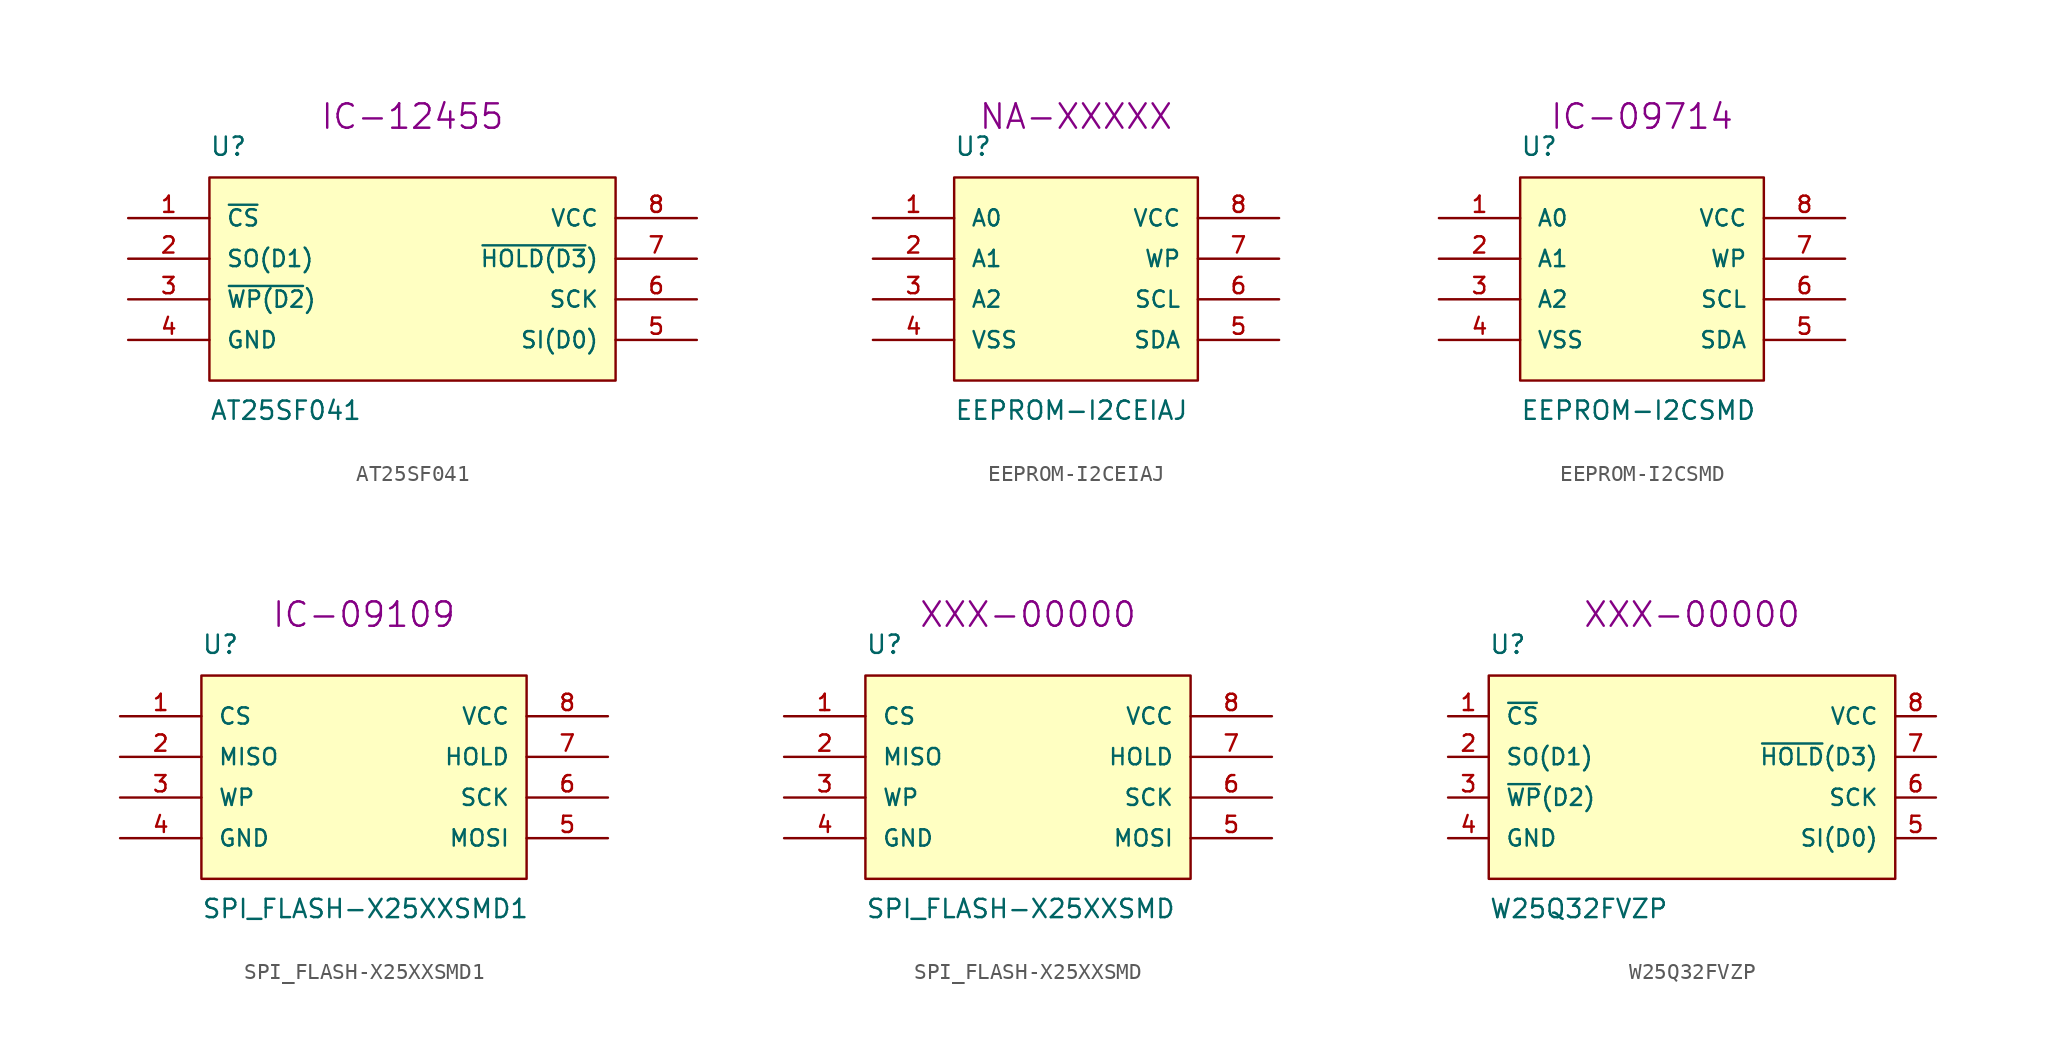
<source format=kicad_sym>
(kicad_symbol_lib
  (version 20220914)
  (generator kicad_symbol_editor)
  (symbol "AT25SF041"
    (pin_names
      (offset 1.016))
    (property "Reference" "U"
      (at -12.7 7.62 0)
      (effects (font (size 1.143 1.143)) (justify left bottom)))
    (property "Value" "AT25SF041"
      (at -12.7 -8.89 0)
      (effects (font (size 1.143 1.143)) (justify left bottom)))
    (property "Field4" "IC-12455"
      (at 0 10.16 0)
      (effects (font (size 1.524 1.524))))
    (property "ki_locked" ""
      (at 0 0 0)
      (effects (font (size 1.27 1.27))))
    (symbol "AT25SF041_1_1"
      (polyline (pts (xy -12.7 -6.35) (xy -12.7 6.35) (xy 12.7 6.35) (xy 12.7 -6.35) (xy -12.7 -6.35)) (stroke (width 0) (type solid)) (fill (type background)))
      (pin bidirectional line (at -17.78 3.81 0) (length 5.08) (name "~{CS}" (effects (font (size 1.016 1.016)))) (number "1" (effects (font (size 1.016 1.016)))))
      (pin bidirectional line (at -17.78 1.27 0) (length 5.08) (name "SO(D1)" (effects (font (size 1.016 1.016)))) (number "2" (effects (font (size 1.016 1.016)))))
      (pin bidirectional line (at -17.78 -1.27 0) (length 5.08) (name "~{WP(D2})" (effects (font (size 1.016 1.016)))) (number "3" (effects (font (size 1.016 1.016)))))
      (pin bidirectional line (at -17.78 -3.81 0) (length 5.08) (name "GND" (effects (font (size 1.016 1.016)))) (number "4" (effects (font (size 1.016 1.016)))))
      (pin bidirectional line (at 17.78 -3.81 180) (length 5.08) (name "SI(D0)" (effects (font (size 1.016 1.016)))) (number "5" (effects (font (size 1.016 1.016)))))
      (pin bidirectional line (at 17.78 -1.27 180) (length 5.08) (name "SCK" (effects (font (size 1.016 1.016)))) (number "6" (effects (font (size 1.016 1.016)))))
      (pin bidirectional line (at 17.78 1.27 180) (length 5.08) (name "~{HOLD(D3})" (effects (font (size 1.016 1.016)))) (number "7" (effects (font (size 1.016 1.016)))))
      (pin bidirectional line (at 17.78 3.81 180) (length 5.08) (name "VCC" (effects (font (size 1.016 1.016)))) (number "8" (effects (font (size 1.016 1.016)))))))
  (symbol "EEPROM-I2CEIAJ"
    (pin_names
      (offset 1.016))
    (property "Reference" "U"
      (at -7.62 7.62 0)
      (effects (font (size 1.143 1.143)) (justify left bottom)))
    (property "Value" "EEPROM-I2CEIAJ"
      (at -7.62 -8.89 0)
      (effects (font (size 1.143 1.143)) (justify left bottom)))
    (property "Field4" "NA-XXXXX"
      (at 0 10.16 0)
      (effects (font (size 1.524 1.524))))
    (property "ki_locked" ""
      (at 0 0 0)
      (effects (font (size 1.27 1.27))))
    (symbol "EEPROM-I2CEIAJ_1_1"
      (polyline (pts (xy 7.62 -6.35) (xy -7.62 -6.35) (xy -7.62 6.35) (xy 7.62 6.35) (xy 7.62 -6.35)) (stroke (width 0) (type solid)) (fill (type background)))
      (pin bidirectional line (at -12.7 3.81 0) (length 5.08) (name "A0" (effects (font (size 1.016 1.016)))) (number "1" (effects (font (size 1.016 1.016)))))
      (pin bidirectional line (at -12.7 1.27 0) (length 5.08) (name "A1" (effects (font (size 1.016 1.016)))) (number "2" (effects (font (size 1.016 1.016)))))
      (pin bidirectional line (at -12.7 -1.27 0) (length 5.08) (name "A2" (effects (font (size 1.016 1.016)))) (number "3" (effects (font (size 1.016 1.016)))))
      (pin power_in line (at -12.7 -3.81 0) (length 5.08) (name "VSS" (effects (font (size 1.016 1.016)))) (number "4" (effects (font (size 1.016 1.016)))))
      (pin bidirectional line (at 12.7 -3.81 180) (length 5.08) (name "SDA" (effects (font (size 1.016 1.016)))) (number "5" (effects (font (size 1.016 1.016)))))
      (pin bidirectional line (at 12.7 -1.27 180) (length 5.08) (name "SCL" (effects (font (size 1.016 1.016)))) (number "6" (effects (font (size 1.016 1.016)))))
      (pin bidirectional line (at 12.7 1.27 180) (length 5.08) (name "WP" (effects (font (size 1.016 1.016)))) (number "7" (effects (font (size 1.016 1.016)))))
      (pin power_in line (at 12.7 3.81 180) (length 5.08) (name "VCC" (effects (font (size 1.016 1.016)))) (number "8" (effects (font (size 1.016 1.016)))))))
  (symbol "EEPROM-I2CSMD"
    (pin_names
      (offset 1.016))
    (property "Reference" "U"
      (at -7.62 7.62 0)
      (effects (font (size 1.143 1.143)) (justify left bottom)))
    (property "Value" "EEPROM-I2CSMD"
      (at -7.62 -8.89 0)
      (effects (font (size 1.143 1.143)) (justify left bottom)))
    (property "Field4" "IC-09714"
      (at 0 10.16 0)
      (effects (font (size 1.524 1.524))))
    (property "ki_locked" ""
      (at 0 0 0)
      (effects (font (size 1.27 1.27))))
    (symbol "EEPROM-I2CSMD_1_1"
      (polyline (pts (xy 7.62 -6.35) (xy -7.62 -6.35) (xy -7.62 6.35) (xy 7.62 6.35) (xy 7.62 -6.35)) (stroke (width 0) (type solid)) (fill (type background)))
      (pin bidirectional line (at -12.7 3.81 0) (length 5.08) (name "A0" (effects (font (size 1.016 1.016)))) (number "1" (effects (font (size 1.016 1.016)))))
      (pin bidirectional line (at -12.7 1.27 0) (length 5.08) (name "A1" (effects (font (size 1.016 1.016)))) (number "2" (effects (font (size 1.016 1.016)))))
      (pin bidirectional line (at -12.7 -1.27 0) (length 5.08) (name "A2" (effects (font (size 1.016 1.016)))) (number "3" (effects (font (size 1.016 1.016)))))
      (pin power_in line (at -12.7 -3.81 0) (length 5.08) (name "VSS" (effects (font (size 1.016 1.016)))) (number "4" (effects (font (size 1.016 1.016)))))
      (pin bidirectional line (at 12.7 -3.81 180) (length 5.08) (name "SDA" (effects (font (size 1.016 1.016)))) (number "5" (effects (font (size 1.016 1.016)))))
      (pin bidirectional line (at 12.7 -1.27 180) (length 5.08) (name "SCL" (effects (font (size 1.016 1.016)))) (number "6" (effects (font (size 1.016 1.016)))))
      (pin bidirectional line (at 12.7 1.27 180) (length 5.08) (name "WP" (effects (font (size 1.016 1.016)))) (number "7" (effects (font (size 1.016 1.016)))))
      (pin power_in line (at 12.7 3.81 180) (length 5.08) (name "VCC" (effects (font (size 1.016 1.016)))) (number "8" (effects (font (size 1.016 1.016)))))))
  (symbol "SPI_FLASH-X25XXSMD1"
    (pin_names
      (offset 1.016))
    (property "Reference" "U"
      (at -10.16 7.62 0)
      (effects (font (size 1.143 1.143)) (justify left bottom)))
    (property "Value" "SPI_FLASH-X25XXSMD1"
      (at -10.16 -8.89 0)
      (effects (font (size 1.143 1.143)) (justify left bottom)))
    (property "Field4" "IC-09109"
      (at 0 10.16 0)
      (effects (font (size 1.524 1.524))))
    (property "ki_locked" ""
      (at 0 0 0)
      (effects (font (size 1.27 1.27))))
    (symbol "SPI_FLASH-X25XXSMD1_1_1"
      (polyline (pts (xy -10.16 6.35) (xy -10.16 -6.35) (xy 10.16 -6.35) (xy 10.16 6.35) (xy -10.16 6.35)) (stroke (width 0) (type solid)) (fill (type background)))
      (pin bidirectional line (at -15.24 3.81 0) (length 5.08) (name "CS" (effects (font (size 1.016 1.016)))) (number "1" (effects (font (size 1.016 1.016)))))
      (pin bidirectional line (at -15.24 1.27 0) (length 5.08) (name "MISO" (effects (font (size 1.016 1.016)))) (number "2" (effects (font (size 1.016 1.016)))))
      (pin bidirectional line (at -15.24 -1.27 0) (length 5.08) (name "WP" (effects (font (size 1.016 1.016)))) (number "3" (effects (font (size 1.016 1.016)))))
      (pin power_in line (at -15.24 -3.81 0) (length 5.08) (name "GND" (effects (font (size 1.016 1.016)))) (number "4" (effects (font (size 1.016 1.016)))))
      (pin bidirectional line (at 15.24 -3.81 180) (length 5.08) (name "MOSI" (effects (font (size 1.016 1.016)))) (number "5" (effects (font (size 1.016 1.016)))))
      (pin bidirectional line (at 15.24 -1.27 180) (length 5.08) (name "SCK" (effects (font (size 1.016 1.016)))) (number "6" (effects (font (size 1.016 1.016)))))
      (pin bidirectional line (at 15.24 1.27 180) (length 5.08) (name "HOLD" (effects (font (size 1.016 1.016)))) (number "7" (effects (font (size 1.016 1.016)))))
      (pin power_in line (at 15.24 3.81 180) (length 5.08) (name "VCC" (effects (font (size 1.016 1.016)))) (number "8" (effects (font (size 1.016 1.016)))))))
  (symbol "SPI_FLASH-X25XXSMD"
    (pin_names
      (offset 1.016))
    (property "Reference" "U"
      (at -10.16 7.62 0)
      (effects (font (size 1.143 1.143)) (justify left bottom)))
    (property "Value" "SPI_FLASH-X25XXSMD"
      (at -10.16 -8.89 0)
      (effects (font (size 1.143 1.143)) (justify left bottom)))
    (property "Field4" "XXX-00000"
      (at 0 10.16 0)
      (effects (font (size 1.524 1.524))))
    (property "ki_locked" ""
      (at 0 0 0)
      (effects (font (size 1.27 1.27))))
    (symbol "SPI_FLASH-X25XXSMD_1_1"
      (polyline (pts (xy -10.16 6.35) (xy -10.16 -6.35) (xy 10.16 -6.35) (xy 10.16 6.35) (xy -10.16 6.35)) (stroke (width 0) (type solid)) (fill (type background)))
      (pin bidirectional line (at -15.24 3.81 0) (length 5.08) (name "CS" (effects (font (size 1.016 1.016)))) (number "1" (effects (font (size 1.016 1.016)))))
      (pin bidirectional line (at -15.24 1.27 0) (length 5.08) (name "MISO" (effects (font (size 1.016 1.016)))) (number "2" (effects (font (size 1.016 1.016)))))
      (pin bidirectional line (at -15.24 -1.27 0) (length 5.08) (name "WP" (effects (font (size 1.016 1.016)))) (number "3" (effects (font (size 1.016 1.016)))))
      (pin power_in line (at -15.24 -3.81 0) (length 5.08) (name "GND" (effects (font (size 1.016 1.016)))) (number "4" (effects (font (size 1.016 1.016)))))
      (pin bidirectional line (at 15.24 -3.81 180) (length 5.08) (name "MOSI" (effects (font (size 1.016 1.016)))) (number "5" (effects (font (size 1.016 1.016)))))
      (pin bidirectional line (at 15.24 -1.27 180) (length 5.08) (name "SCK" (effects (font (size 1.016 1.016)))) (number "6" (effects (font (size 1.016 1.016)))))
      (pin bidirectional line (at 15.24 1.27 180) (length 5.08) (name "HOLD" (effects (font (size 1.016 1.016)))) (number "7" (effects (font (size 1.016 1.016)))))
      (pin power_in line (at 15.24 3.81 180) (length 5.08) (name "VCC" (effects (font (size 1.016 1.016)))) (number "8" (effects (font (size 1.016 1.016)))))))
  (symbol "W25Q32FVZP"
    (pin_names
      (offset 1.016))
    (property "Reference" "U"
      (at -12.7 7.62 0)
      (effects (font (size 1.143 1.143)) (justify left bottom)))
    (property "Value" "W25Q32FVZP"
      (at -12.7 -8.89 0)
      (effects (font (size 1.143 1.143)) (justify left bottom)))
    (property "Field4" "XXX-00000"
      (at 0 10.16 0)
      (effects (font (size 1.524 1.524))))
    (property "ki_locked" ""
      (at 0 0 0)
      (effects (font (size 1.27 1.27))))
    (symbol "W25Q32FVZP_1_1"
      (polyline (pts (xy -12.7 -6.35) (xy -12.7 6.35) (xy 12.7 6.35) (xy 12.7 -6.35) (xy -12.7 -6.35)) (stroke (width 0) (type solid)) (fill (type background)))
      (pin bidirectional line (at -15.24 3.81 0) (length 2.54) (name "~{CS}" (effects (font (size 1.016 1.016)))) (number "1" (effects (font (size 1.016 1.016)))))
      (pin bidirectional line (at -15.24 1.27 0) (length 2.54) (name "SO(D1)" (effects (font (size 1.016 1.016)))) (number "2" (effects (font (size 1.016 1.016)))))
      (pin bidirectional line (at -15.24 -1.27 0) (length 2.54) (name "~{WP}(D2)" (effects (font (size 1.016 1.016)))) (number "3" (effects (font (size 1.016 1.016)))))
      (pin bidirectional line (at -15.24 -3.81 0) (length 2.54) (name "GND" (effects (font (size 1.016 1.016)))) (number "4" (effects (font (size 1.016 1.016)))))
      (pin bidirectional line (at 15.24 -3.81 180) (length 2.54) (name "SI(D0)" (effects (font (size 1.016 1.016)))) (number "5" (effects (font (size 1.016 1.016)))))
      (pin bidirectional line (at 15.24 -1.27 180) (length 2.54) (name "SCK" (effects (font (size 1.016 1.016)))) (number "6" (effects (font (size 1.016 1.016)))))
      (pin bidirectional line (at 15.24 1.27 180) (length 2.54) (name "~{HOLD}(D3)" (effects (font (size 1.016 1.016)))) (number "7" (effects (font (size 1.016 1.016)))))
      (pin bidirectional line (at 15.24 3.81 180) (length 2.54) (name "VCC" (effects (font (size 1.016 1.016)))) (number "8" (effects (font (size 1.016 1.016))))))))
</source>
